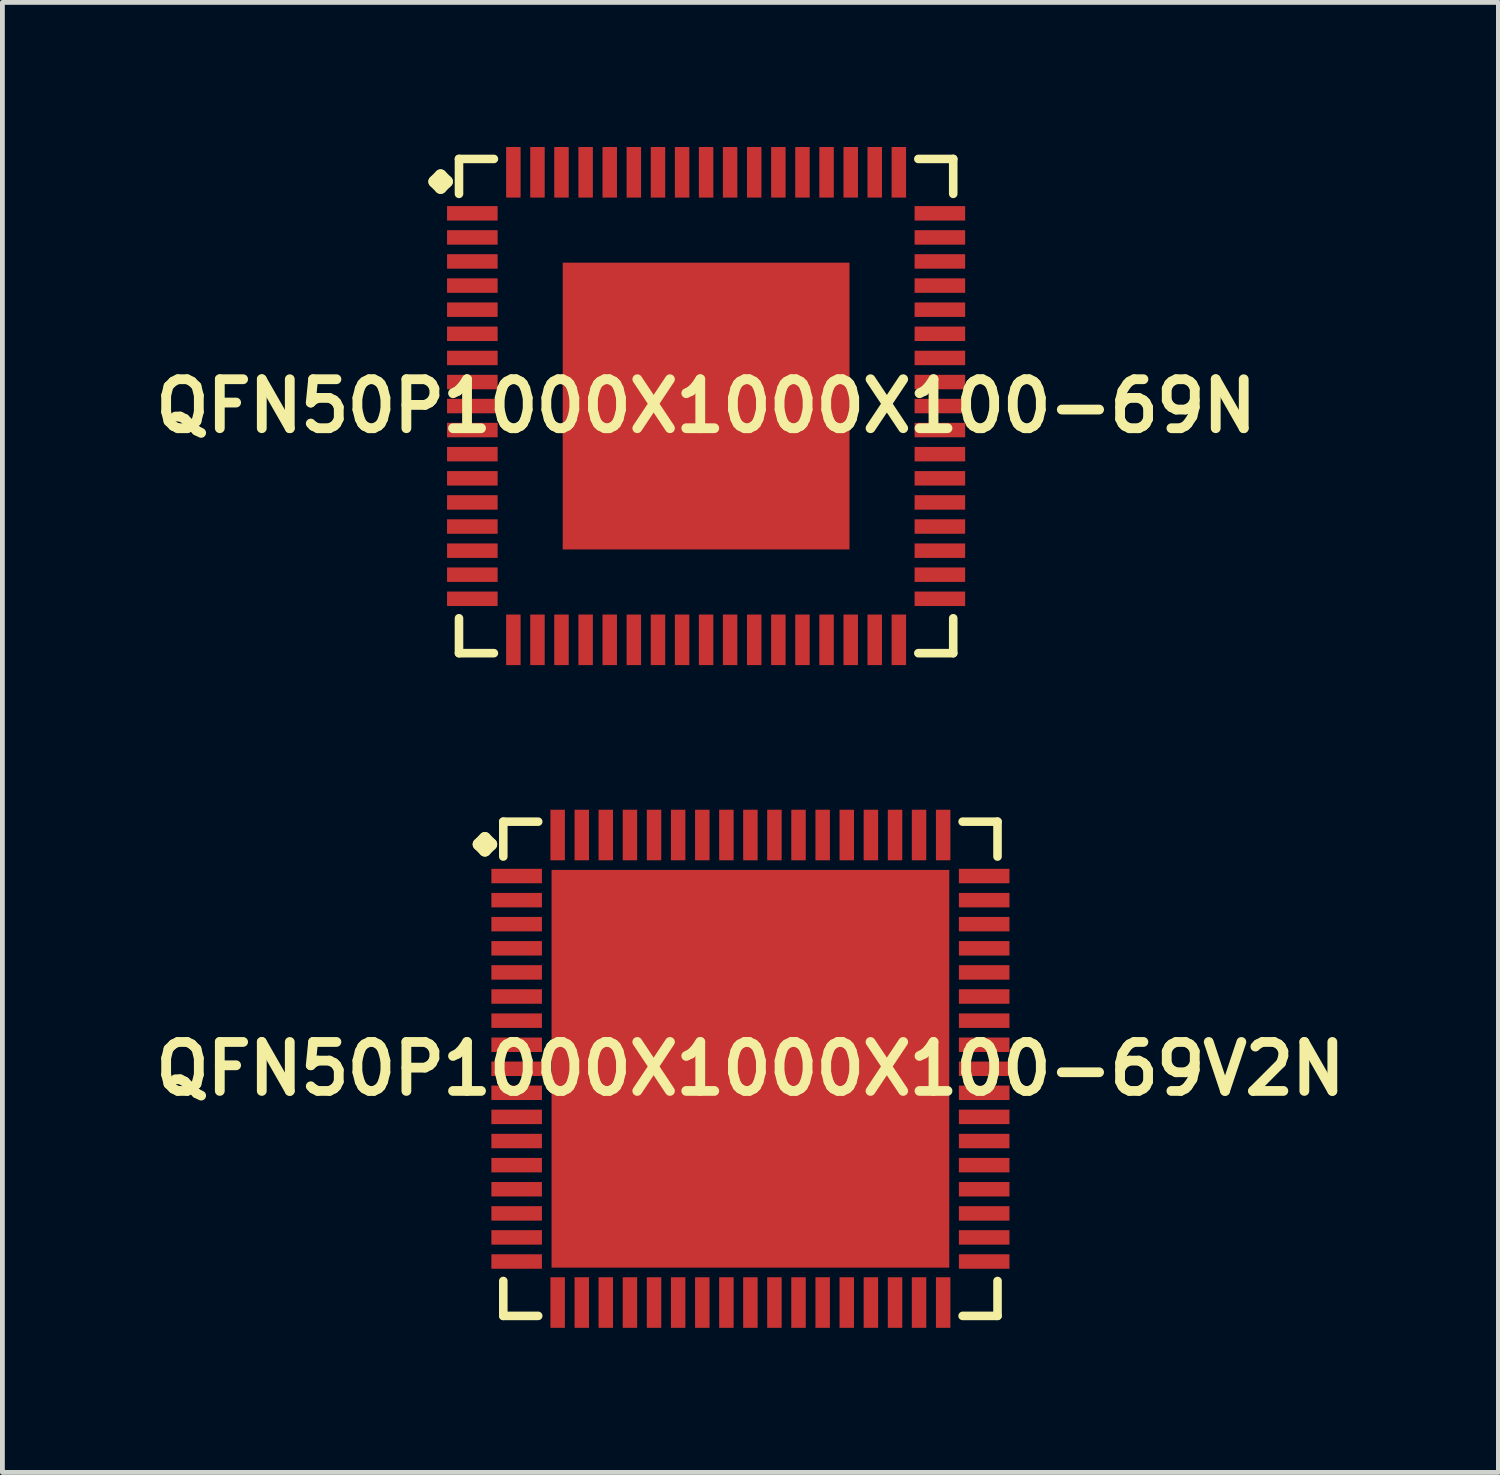
<source format=kicad_pcb>
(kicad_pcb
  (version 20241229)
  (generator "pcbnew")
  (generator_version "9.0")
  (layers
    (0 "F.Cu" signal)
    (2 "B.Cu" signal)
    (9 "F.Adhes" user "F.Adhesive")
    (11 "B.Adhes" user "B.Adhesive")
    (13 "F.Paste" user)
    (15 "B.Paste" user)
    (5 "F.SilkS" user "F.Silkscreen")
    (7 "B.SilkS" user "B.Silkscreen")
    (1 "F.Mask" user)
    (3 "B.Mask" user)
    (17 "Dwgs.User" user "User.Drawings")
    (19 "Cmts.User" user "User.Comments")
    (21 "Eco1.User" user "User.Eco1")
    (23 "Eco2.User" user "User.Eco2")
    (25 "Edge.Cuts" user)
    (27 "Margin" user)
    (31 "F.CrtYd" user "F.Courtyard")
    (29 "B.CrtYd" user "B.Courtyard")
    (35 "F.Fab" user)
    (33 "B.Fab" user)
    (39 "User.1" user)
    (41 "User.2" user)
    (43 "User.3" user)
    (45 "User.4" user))
  (footprint "QFN50P1000X1000X100-69V2N"
    (layer "F.Cu")
    (at 12.516 19.12)
    (property "Reference" "QFN50P1000X1000X100-69V2N" (at 0 0 0) (layer "F.SilkS") (effects (font (size 1.016 1.016) (thickness 0.203))))
    (attr smd)
    (fp_line (start -5.634 -4.656) (end -5.507 -4.783) (stroke (width 0.254) (type solid)) (layer "F.SilkS"))
    (fp_line (start -5.507 -4.783) (end -5.38 -4.656) (stroke (width 0.254) (type solid)) (layer "F.SilkS"))
    (fp_line (start -5.507 -4.529) (end -5.634 -4.656) (stroke (width 0.254) (type solid)) (layer "F.SilkS"))
    (fp_line (start -5.38 -4.656) (end -5.507 -4.529) (stroke (width 0.254) (type solid)) (layer "F.SilkS"))
    (fp_line (start -5.126 -5.126) (end -4.402 -5.126) (stroke (width 0.178) (type solid)) (layer "F.SilkS"))
    (fp_line (start -5.126 -4.402) (end -5.126 -5.126) (stroke (width 0.178) (type solid)) (layer "F.SilkS"))
    (fp_line (start -5.126 4.402) (end -5.126 5.126) (stroke (width 0.178) (type solid)) (layer "F.SilkS"))
    (fp_line (start -5.126 5.126) (end -4.402 5.126) (stroke (width 0.178) (type solid)) (layer "F.SilkS"))
    (fp_line (start 4.402 -5.126) (end 5.126 -5.126) (stroke (width 0.178) (type solid)) (layer "F.SilkS"))
    (fp_line (start 4.402 5.126) (end 5.126 5.126) (stroke (width 0.178) (type solid)) (layer "F.SilkS"))
    (fp_line (start 5.126 -5.126) (end 5.126 -4.402) (stroke (width 0.178) (type solid)) (layer "F.SilkS"))
    (fp_line (start 5.126 5.126) (end 5.126 4.402) (stroke (width 0.178) (type solid)) (layer "F.SilkS"))
    (pad "1" smd rect (at -4.849 -3.998) (size 1.049 0.3) (layers "F.Cu" "F.Mask" "F.Paste"))
    (pad "2" smd rect (at -4.849 -3.498) (size 1.049 0.3) (layers "F.Cu" "F.Mask" "F.Paste"))
    (pad "3" smd rect (at -4.849 -3) (size 1.049 0.3) (layers "F.Cu" "F.Mask" "F.Paste"))
    (pad "4" smd rect (at -4.849 -2.499) (size 1.049 0.3) (layers "F.Cu" "F.Mask" "F.Paste"))
    (pad "5" smd rect (at -4.849 -1.999) (size 1.049 0.3) (layers "F.Cu" "F.Mask" "F.Paste"))
    (pad "6" smd rect (at -4.849 -1.499) (size 1.049 0.3) (layers "F.Cu" "F.Mask" "F.Paste"))
    (pad "7" smd rect (at -4.849 -0.998) (size 1.049 0.3) (layers "F.Cu" "F.Mask" "F.Paste"))
    (pad "8" smd rect (at -4.849 -0.498) (size 1.049 0.3) (layers "F.Cu" "F.Mask" "F.Paste"))
    (pad "9" smd rect (at -4.849 0) (size 1.049 0.3) (layers "F.Cu" "F.Mask" "F.Paste"))
    (pad "10" smd rect (at -4.849 0.498) (size 1.049 0.3) (layers "F.Cu" "F.Mask" "F.Paste"))
    (pad "11" smd rect (at -4.849 0.998) (size 1.049 0.3) (layers "F.Cu" "F.Mask" "F.Paste"))
    (pad "12" smd rect (at -4.849 1.499) (size 1.049 0.3) (layers "F.Cu" "F.Mask" "F.Paste"))
    (pad "13" smd rect (at -4.849 1.999) (size 1.049 0.3) (layers "F.Cu" "F.Mask" "F.Paste"))
    (pad "14" smd rect (at -4.849 2.499) (size 1.049 0.3) (layers "F.Cu" "F.Mask" "F.Paste"))
    (pad "15" smd rect (at -4.849 3) (size 1.049 0.3) (layers "F.Cu" "F.Mask" "F.Paste"))
    (pad "16" smd rect (at -4.849 3.498) (size 1.049 0.3) (layers "F.Cu" "F.Mask" "F.Paste"))
    (pad "17" smd rect (at -4.849 3.998) (size 1.049 0.3) (layers "F.Cu" "F.Mask" "F.Paste"))
    (pad "18" smd rect (at -3.998 4.849) (size 0.3 1.049) (layers "F.Cu" "F.Mask" "F.Paste"))
    (pad "19" smd rect (at -3.498 4.849) (size 0.3 1.049) (layers "F.Cu" "F.Mask" "F.Paste"))
    (pad "20" smd rect (at -3 4.849) (size 0.3 1.049) (layers "F.Cu" "F.Mask" "F.Paste"))
    (pad "21" smd rect (at -2.499 4.849) (size 0.3 1.049) (layers "F.Cu" "F.Mask" "F.Paste"))
    (pad "22" smd rect (at -1.999 4.849) (size 0.3 1.049) (layers "F.Cu" "F.Mask" "F.Paste"))
    (pad "23" smd rect (at -1.499 4.849) (size 0.3 1.049) (layers "F.Cu" "F.Mask" "F.Paste"))
    (pad "24" smd rect (at -0.998 4.849) (size 0.3 1.049) (layers "F.Cu" "F.Mask" "F.Paste"))
    (pad "25" smd rect (at -0.498 4.849) (size 0.3 1.049) (layers "F.Cu" "F.Mask" "F.Paste"))
    (pad "26" smd rect (at 0 4.849) (size 0.3 1.049) (layers "F.Cu" "F.Mask" "F.Paste"))
    (pad "27" smd rect (at 0.498 4.849) (size 0.3 1.049) (layers "F.Cu" "F.Mask" "F.Paste"))
    (pad "28" smd rect (at 0.998 4.849) (size 0.3 1.049) (layers "F.Cu" "F.Mask" "F.Paste"))
    (pad "29" smd rect (at 1.499 4.849) (size 0.3 1.049) (layers "F.Cu" "F.Mask" "F.Paste"))
    (pad "30" smd rect (at 1.999 4.849) (size 0.3 1.049) (layers "F.Cu" "F.Mask" "F.Paste"))
    (pad "31" smd rect (at 2.499 4.849) (size 0.3 1.049) (layers "F.Cu" "F.Mask" "F.Paste"))
    (pad "32" smd rect (at 3 4.849) (size 0.3 1.049) (layers "F.Cu" "F.Mask" "F.Paste"))
    (pad "33" smd rect (at 3.498 4.849) (size 0.3 1.049) (layers "F.Cu" "F.Mask" "F.Paste"))
    (pad "34" smd rect (at 3.998 4.849) (size 0.3 1.049) (layers "F.Cu" "F.Mask" "F.Paste"))
    (pad "35" smd rect (at 4.849 3.998) (size 1.049 0.3) (layers "F.Cu" "F.Mask" "F.Paste"))
    (pad "36" smd rect (at 4.849 3.498) (size 1.049 0.3) (layers "F.Cu" "F.Mask" "F.Paste"))
    (pad "37" smd rect (at 4.849 3) (size 1.049 0.3) (layers "F.Cu" "F.Mask" "F.Paste"))
    (pad "38" smd rect (at 4.849 2.499) (size 1.049 0.3) (layers "F.Cu" "F.Mask" "F.Paste"))
    (pad "39" smd rect (at 4.849 1.999) (size 1.049 0.3) (layers "F.Cu" "F.Mask" "F.Paste"))
    (pad "40" smd rect (at 4.849 1.499) (size 1.049 0.3) (layers "F.Cu" "F.Mask" "F.Paste"))
    (pad "41" smd rect (at 4.849 0.998) (size 1.049 0.3) (layers "F.Cu" "F.Mask" "F.Paste"))
    (pad "42" smd rect (at 4.849 0.498) (size 1.049 0.3) (layers "F.Cu" "F.Mask" "F.Paste"))
    (pad "43" smd rect (at 4.849 0) (size 1.049 0.3) (layers "F.Cu" "F.Mask" "F.Paste"))
    (pad "44" smd rect (at 4.849 -0.498) (size 1.049 0.3) (layers "F.Cu" "F.Mask" "F.Paste"))
    (pad "45" smd rect (at 4.849 -0.998) (size 1.049 0.3) (layers "F.Cu" "F.Mask" "F.Paste"))
    (pad "46" smd rect (at 4.849 -1.499) (size 1.049 0.3) (layers "F.Cu" "F.Mask" "F.Paste"))
    (pad "47" smd rect (at 4.849 -1.999) (size 1.049 0.3) (layers "F.Cu" "F.Mask" "F.Paste"))
    (pad "48" smd rect (at 4.849 -2.499) (size 1.049 0.3) (layers "F.Cu" "F.Mask" "F.Paste"))
    (pad "49" smd rect (at 4.849 -3) (size 1.049 0.3) (layers "F.Cu" "F.Mask" "F.Paste"))
    (pad "50" smd rect (at 4.849 -3.498) (size 1.049 0.3) (layers "F.Cu" "F.Mask" "F.Paste"))
    (pad "51" smd rect (at 4.849 -3.998) (size 1.049 0.3) (layers "F.Cu" "F.Mask" "F.Paste"))
    (pad "52" smd rect (at 3.998 -4.849) (size 0.3 1.049) (layers "F.Cu" "F.Mask" "F.Paste"))
    (pad "53" smd rect (at 3.498 -4.849) (size 0.3 1.049) (layers "F.Cu" "F.Mask" "F.Paste"))
    (pad "54" smd rect (at 3 -4.849) (size 0.3 1.049) (layers "F.Cu" "F.Mask" "F.Paste"))
    (pad "55" smd rect (at 2.499 -4.849) (size 0.3 1.049) (layers "F.Cu" "F.Mask" "F.Paste"))
    (pad "56" smd rect (at 1.999 -4.849) (size 0.3 1.049) (layers "F.Cu" "F.Mask" "F.Paste"))
    (pad "57" smd rect (at 1.499 -4.849) (size 0.3 1.049) (layers "F.Cu" "F.Mask" "F.Paste"))
    (pad "58" smd rect (at 0.998 -4.849) (size 0.3 1.049) (layers "F.Cu" "F.Mask" "F.Paste"))
    (pad "59" smd rect (at 0.498 -4.849) (size 0.3 1.049) (layers "F.Cu" "F.Mask" "F.Paste"))
    (pad "60" smd rect (at 0 -4.849) (size 0.3 1.049) (layers "F.Cu" "F.Mask" "F.Paste"))
    (pad "61" smd rect (at -0.498 -4.849) (size 0.3 1.049) (layers "F.Cu" "F.Mask" "F.Paste"))
    (pad "62" smd rect (at -0.998 -4.849) (size 0.3 1.049) (layers "F.Cu" "F.Mask" "F.Paste"))
    (pad "63" smd rect (at -1.499 -4.849) (size 0.3 1.049) (layers "F.Cu" "F.Mask" "F.Paste"))
    (pad "64" smd rect (at -1.999 -4.849) (size 0.3 1.049) (layers "F.Cu" "F.Mask" "F.Paste"))
    (pad "65" smd rect (at -2.499 -4.849) (size 0.3 1.049) (layers "F.Cu" "F.Mask" "F.Paste"))
    (pad "66" smd rect (at -3 -4.849) (size 0.3 1.049) (layers "F.Cu" "F.Mask" "F.Paste"))
    (pad "67" smd rect (at -3.498 -4.849) (size 0.3 1.049) (layers "F.Cu" "F.Mask" "F.Paste"))
    (pad "68" smd rect (at -3.998 -4.849) (size 0.3 1.049) (layers "F.Cu" "F.Mask" "F.Paste"))
    (pad "69" smd rect (at 0 0) (size 8.25 8.25) (layers "F.Cu" "F.Mask" "F.Paste")))
  (footprint "QFN50P1000X1000X100-69N"
    (layer "F.Cu")
    (at 11.597 5.373)
    (property "Reference" "QFN50P1000X1000X100-69N" (at 0 0 0) (layer "F.SilkS") (effects (font (size 1.016 1.016) (thickness 0.203))))
    (attr smd)
    (fp_line (start -5.634 -4.656) (end -5.507 -4.783) (stroke (width 0.254) (type solid)) (layer "F.SilkS"))
    (fp_line (start -5.507 -4.783) (end -5.38 -4.656) (stroke (width 0.254) (type solid)) (layer "F.SilkS"))
    (fp_line (start -5.507 -4.529) (end -5.634 -4.656) (stroke (width 0.254) (type solid)) (layer "F.SilkS"))
    (fp_line (start -5.38 -4.656) (end -5.507 -4.529) (stroke (width 0.254) (type solid)) (layer "F.SilkS"))
    (fp_line (start -5.126 -5.126) (end -4.402 -5.126) (stroke (width 0.178) (type solid)) (layer "F.SilkS"))
    (fp_line (start -5.126 -4.402) (end -5.126 -5.126) (stroke (width 0.178) (type solid)) (layer "F.SilkS"))
    (fp_line (start -5.126 4.402) (end -5.126 5.126) (stroke (width 0.178) (type solid)) (layer "F.SilkS"))
    (fp_line (start -5.126 5.126) (end -4.402 5.126) (stroke (width 0.178) (type solid)) (layer "F.SilkS"))
    (fp_line (start 4.402 -5.126) (end 5.126 -5.126) (stroke (width 0.178) (type solid)) (layer "F.SilkS"))
    (fp_line (start 4.402 5.126) (end 5.126 5.126) (stroke (width 0.178) (type solid)) (layer "F.SilkS"))
    (fp_line (start 5.126 -5.126) (end 5.126 -4.402) (stroke (width 0.178) (type solid)) (layer "F.SilkS"))
    (fp_line (start 5.126 5.126) (end 5.126 4.402) (stroke (width 0.178) (type solid)) (layer "F.SilkS"))
    (pad "1" smd rect (at -4.849 -3.998) (size 1.049 0.3) (layers "F.Cu" "F.Mask" "F.Paste"))
    (pad "2" smd rect (at -4.849 -3.498) (size 1.049 0.3) (layers "F.Cu" "F.Mask" "F.Paste"))
    (pad "3" smd rect (at -4.849 -3) (size 1.049 0.3) (layers "F.Cu" "F.Mask" "F.Paste"))
    (pad "4" smd rect (at -4.849 -2.499) (size 1.049 0.3) (layers "F.Cu" "F.Mask" "F.Paste"))
    (pad "5" smd rect (at -4.849 -1.999) (size 1.049 0.3) (layers "F.Cu" "F.Mask" "F.Paste"))
    (pad "6" smd rect (at -4.849 -1.499) (size 1.049 0.3) (layers "F.Cu" "F.Mask" "F.Paste"))
    (pad "7" smd rect (at -4.849 -0.998) (size 1.049 0.3) (layers "F.Cu" "F.Mask" "F.Paste"))
    (pad "8" smd rect (at -4.849 -0.498) (size 1.049 0.3) (layers "F.Cu" "F.Mask" "F.Paste"))
    (pad "9" smd rect (at -4.849 0) (size 1.049 0.3) (layers "F.Cu" "F.Mask" "F.Paste"))
    (pad "10" smd rect (at -4.849 0.498) (size 1.049 0.3) (layers "F.Cu" "F.Mask" "F.Paste"))
    (pad "11" smd rect (at -4.849 0.998) (size 1.049 0.3) (layers "F.Cu" "F.Mask" "F.Paste"))
    (pad "12" smd rect (at -4.849 1.499) (size 1.049 0.3) (layers "F.Cu" "F.Mask" "F.Paste"))
    (pad "13" smd rect (at -4.849 1.999) (size 1.049 0.3) (layers "F.Cu" "F.Mask" "F.Paste"))
    (pad "14" smd rect (at -4.849 2.499) (size 1.049 0.3) (layers "F.Cu" "F.Mask" "F.Paste"))
    (pad "15" smd rect (at -4.849 3) (size 1.049 0.3) (layers "F.Cu" "F.Mask" "F.Paste"))
    (pad "16" smd rect (at -4.849 3.498) (size 1.049 0.3) (layers "F.Cu" "F.Mask" "F.Paste"))
    (pad "17" smd rect (at -4.849 3.998) (size 1.049 0.3) (layers "F.Cu" "F.Mask" "F.Paste"))
    (pad "18" smd rect (at -3.998 4.849) (size 0.3 1.049) (layers "F.Cu" "F.Mask" "F.Paste"))
    (pad "19" smd rect (at -3.498 4.849) (size 0.3 1.049) (layers "F.Cu" "F.Mask" "F.Paste"))
    (pad "20" smd rect (at -3 4.849) (size 0.3 1.049) (layers "F.Cu" "F.Mask" "F.Paste"))
    (pad "21" smd rect (at -2.499 4.849) (size 0.3 1.049) (layers "F.Cu" "F.Mask" "F.Paste"))
    (pad "22" smd rect (at -1.999 4.849) (size 0.3 1.049) (layers "F.Cu" "F.Mask" "F.Paste"))
    (pad "23" smd rect (at -1.499 4.849) (size 0.3 1.049) (layers "F.Cu" "F.Mask" "F.Paste"))
    (pad "24" smd rect (at -0.998 4.849) (size 0.3 1.049) (layers "F.Cu" "F.Mask" "F.Paste"))
    (pad "25" smd rect (at -0.498 4.849) (size 0.3 1.049) (layers "F.Cu" "F.Mask" "F.Paste"))
    (pad "26" smd rect (at 0 4.849) (size 0.3 1.049) (layers "F.Cu" "F.Mask" "F.Paste"))
    (pad "27" smd rect (at 0.498 4.849) (size 0.3 1.049) (layers "F.Cu" "F.Mask" "F.Paste"))
    (pad "28" smd rect (at 0.998 4.849) (size 0.3 1.049) (layers "F.Cu" "F.Mask" "F.Paste"))
    (pad "29" smd rect (at 1.499 4.849) (size 0.3 1.049) (layers "F.Cu" "F.Mask" "F.Paste"))
    (pad "30" smd rect (at 1.999 4.849) (size 0.3 1.049) (layers "F.Cu" "F.Mask" "F.Paste"))
    (pad "31" smd rect (at 2.499 4.849) (size 0.3 1.049) (layers "F.Cu" "F.Mask" "F.Paste"))
    (pad "32" smd rect (at 3 4.849) (size 0.3 1.049) (layers "F.Cu" "F.Mask" "F.Paste"))
    (pad "33" smd rect (at 3.498 4.849) (size 0.3 1.049) (layers "F.Cu" "F.Mask" "F.Paste"))
    (pad "34" smd rect (at 3.998 4.849) (size 0.3 1.049) (layers "F.Cu" "F.Mask" "F.Paste"))
    (pad "35" smd rect (at 4.849 3.998) (size 1.049 0.3) (layers "F.Cu" "F.Mask" "F.Paste"))
    (pad "36" smd rect (at 4.849 3.498) (size 1.049 0.3) (layers "F.Cu" "F.Mask" "F.Paste"))
    (pad "37" smd rect (at 4.849 3) (size 1.049 0.3) (layers "F.Cu" "F.Mask" "F.Paste"))
    (pad "38" smd rect (at 4.849 2.499) (size 1.049 0.3) (layers "F.Cu" "F.Mask" "F.Paste"))
    (pad "39" smd rect (at 4.849 1.999) (size 1.049 0.3) (layers "F.Cu" "F.Mask" "F.Paste"))
    (pad "40" smd rect (at 4.849 1.499) (size 1.049 0.3) (layers "F.Cu" "F.Mask" "F.Paste"))
    (pad "41" smd rect (at 4.849 0.998) (size 1.049 0.3) (layers "F.Cu" "F.Mask" "F.Paste"))
    (pad "42" smd rect (at 4.849 0.498) (size 1.049 0.3) (layers "F.Cu" "F.Mask" "F.Paste"))
    (pad "43" smd rect (at 4.849 0) (size 1.049 0.3) (layers "F.Cu" "F.Mask" "F.Paste"))
    (pad "44" smd rect (at 4.849 -0.498) (size 1.049 0.3) (layers "F.Cu" "F.Mask" "F.Paste"))
    (pad "45" smd rect (at 4.849 -0.998) (size 1.049 0.3) (layers "F.Cu" "F.Mask" "F.Paste"))
    (pad "46" smd rect (at 4.849 -1.499) (size 1.049 0.3) (layers "F.Cu" "F.Mask" "F.Paste"))
    (pad "47" smd rect (at 4.849 -1.999) (size 1.049 0.3) (layers "F.Cu" "F.Mask" "F.Paste"))
    (pad "48" smd rect (at 4.849 -2.499) (size 1.049 0.3) (layers "F.Cu" "F.Mask" "F.Paste"))
    (pad "49" smd rect (at 4.849 -3) (size 1.049 0.3) (layers "F.Cu" "F.Mask" "F.Paste"))
    (pad "50" smd rect (at 4.849 -3.498) (size 1.049 0.3) (layers "F.Cu" "F.Mask" "F.Paste"))
    (pad "51" smd rect (at 4.849 -3.998) (size 1.049 0.3) (layers "F.Cu" "F.Mask" "F.Paste"))
    (pad "52" smd rect (at 3.998 -4.849) (size 0.3 1.049) (layers "F.Cu" "F.Mask" "F.Paste"))
    (pad "53" smd rect (at 3.498 -4.849) (size 0.3 1.049) (layers "F.Cu" "F.Mask" "F.Paste"))
    (pad "54" smd rect (at 3 -4.849) (size 0.3 1.049) (layers "F.Cu" "F.Mask" "F.Paste"))
    (pad "55" smd rect (at 2.499 -4.849) (size 0.3 1.049) (layers "F.Cu" "F.Mask" "F.Paste"))
    (pad "56" smd rect (at 1.999 -4.849) (size 0.3 1.049) (layers "F.Cu" "F.Mask" "F.Paste"))
    (pad "57" smd rect (at 1.499 -4.849) (size 0.3 1.049) (layers "F.Cu" "F.Mask" "F.Paste"))
    (pad "58" smd rect (at 0.998 -4.849) (size 0.3 1.049) (layers "F.Cu" "F.Mask" "F.Paste"))
    (pad "59" smd rect (at 0.498 -4.849) (size 0.3 1.049) (layers "F.Cu" "F.Mask" "F.Paste"))
    (pad "60" smd rect (at 0 -4.849) (size 0.3 1.049) (layers "F.Cu" "F.Mask" "F.Paste"))
    (pad "61" smd rect (at -0.498 -4.849) (size 0.3 1.049) (layers "F.Cu" "F.Mask" "F.Paste"))
    (pad "62" smd rect (at -0.998 -4.849) (size 0.3 1.049) (layers "F.Cu" "F.Mask" "F.Paste"))
    (pad "63" smd rect (at -1.499 -4.849) (size 0.3 1.049) (layers "F.Cu" "F.Mask" "F.Paste"))
    (pad "64" smd rect (at -1.999 -4.849) (size 0.3 1.049) (layers "F.Cu" "F.Mask" "F.Paste"))
    (pad "65" smd rect (at -2.499 -4.849) (size 0.3 1.049) (layers "F.Cu" "F.Mask" "F.Paste"))
    (pad "66" smd rect (at -3 -4.849) (size 0.3 1.049) (layers "F.Cu" "F.Mask" "F.Paste"))
    (pad "67" smd rect (at -3.498 -4.849) (size 0.3 1.049) (layers "F.Cu" "F.Mask" "F.Paste"))
    (pad "68" smd rect (at -3.998 -4.849) (size 0.3 1.049) (layers "F.Cu" "F.Mask" "F.Paste"))
    (pad "69" smd rect (at 0 0) (size 5.949 5.949) (layers "F.Cu" "F.Mask" "F.Paste")))
  (gr_rect
    (start -3 -3)
    (end 28.032 27.493)
    (stroke (width 0.1) (type default))
    (fill no)
    (layer "Edge.Cuts")))
</source>
